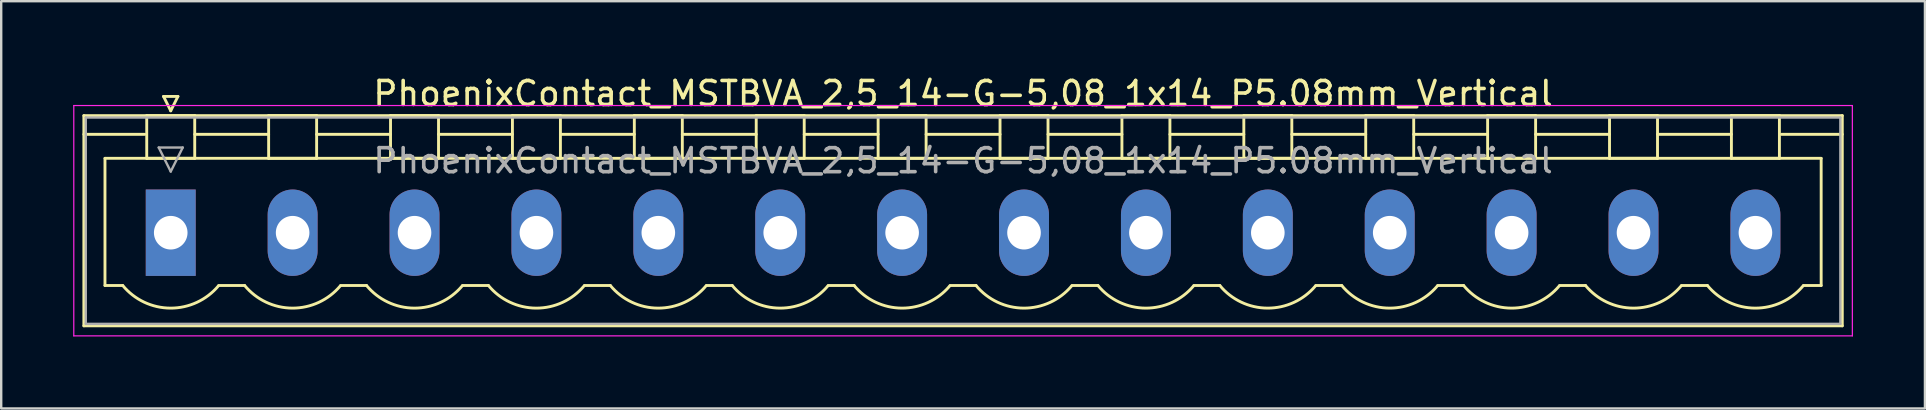
<source format=kicad_pcb>
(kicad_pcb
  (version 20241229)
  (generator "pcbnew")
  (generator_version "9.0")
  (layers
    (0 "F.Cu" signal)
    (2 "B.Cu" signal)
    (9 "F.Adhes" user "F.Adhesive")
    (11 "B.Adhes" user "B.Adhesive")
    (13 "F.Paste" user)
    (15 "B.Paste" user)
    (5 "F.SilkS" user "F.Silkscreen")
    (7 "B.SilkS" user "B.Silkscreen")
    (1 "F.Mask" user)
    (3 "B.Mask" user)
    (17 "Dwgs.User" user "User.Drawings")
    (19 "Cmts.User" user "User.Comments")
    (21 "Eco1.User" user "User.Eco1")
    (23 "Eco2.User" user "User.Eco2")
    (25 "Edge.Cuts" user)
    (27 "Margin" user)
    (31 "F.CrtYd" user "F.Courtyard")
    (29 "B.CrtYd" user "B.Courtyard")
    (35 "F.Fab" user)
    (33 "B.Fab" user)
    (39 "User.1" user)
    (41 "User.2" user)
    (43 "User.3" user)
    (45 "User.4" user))
  (footprint "PhoenixContact_MSTBVA_2,5_14-G-5,08_1x14_P5.08mm_Vertical"
    (layer "F.Cu")
    (at 4.065 6.648)
    (property "Reference" "PhoenixContact_MSTBVA_2,5_14-G-5,08_1x14_P5.08mm_Vertical" (at 33.02 -5.8 0) (layer "F.SilkS") (effects (font (size 1 1) (thickness 0.15))))
    (attr through_hole)
    (fp_line (start -3.62 -4.88) (end -3.62 3.88) (stroke (width 0.12) (type solid)) (layer "F.SilkS"))
    (fp_line (start -3.62 -4.1) (end -1.08 -4.1) (stroke (width 0.12) (type solid)) (layer "F.SilkS"))
    (fp_line (start -3.62 3.88) (end 69.66 3.88) (stroke (width 0.12) (type solid)) (layer "F.SilkS"))
    (fp_line (start -2.74 -3.1) (end 68.78 -3.1) (stroke (width 0.12) (type solid)) (layer "F.SilkS"))
    (fp_line (start -2.74 2.2) (end -2.74 -3.1) (stroke (width 0.12) (type solid)) (layer "F.SilkS"))
    (fp_line (start -2 2.2) (end -2.74 2.2) (stroke (width 0.12) (type solid)) (layer "F.SilkS"))
    (fp_line (start -1 -4.88) (end 1 -4.88) (stroke (width 0.12) (type solid)) (layer "F.SilkS"))
    (fp_line (start -1 -3.1) (end -1 -4.88) (stroke (width 0.12) (type solid)) (layer "F.SilkS"))
    (fp_line (start -0.3 -5.68) (end 0.3 -5.68) (stroke (width 0.12) (type solid)) (layer "F.SilkS"))
    (fp_line (start 0 -5.08) (end -0.3 -5.68) (stroke (width 0.12) (type solid)) (layer "F.SilkS"))
    (fp_line (start 0.3 -5.68) (end 0 -5.08) (stroke (width 0.12) (type solid)) (layer "F.SilkS"))
    (fp_line (start 1 -4.88) (end 1 -3.1) (stroke (width 0.12) (type solid)) (layer "F.SilkS"))
    (fp_line (start 1 -4.1) (end 4.08 -4.1) (stroke (width 0.12) (type solid)) (layer "F.SilkS"))
    (fp_line (start 1 -3.1) (end -1 -3.1) (stroke (width 0.12) (type solid)) (layer "F.SilkS"))
    (fp_line (start 2 2.2) (end 3.08 2.2) (stroke (width 0.12) (type solid)) (layer "F.SilkS"))
    (fp_line (start 4.08 -4.88) (end 6.08 -4.88) (stroke (width 0.12) (type solid)) (layer "F.SilkS"))
    (fp_line (start 4.08 -3.1) (end 4.08 -4.88) (stroke (width 0.12) (type solid)) (layer "F.SilkS"))
    (fp_line (start 6.08 -4.88) (end 6.08 -3.1) (stroke (width 0.12) (type solid)) (layer "F.SilkS"))
    (fp_line (start 6.08 -4.1) (end 9.16 -4.1) (stroke (width 0.12) (type solid)) (layer "F.SilkS"))
    (fp_line (start 6.08 -3.1) (end 4.08 -3.1) (stroke (width 0.12) (type solid)) (layer "F.SilkS"))
    (fp_line (start 7.08 2.2) (end 8.16 2.2) (stroke (width 0.12) (type solid)) (layer "F.SilkS"))
    (fp_line (start 9.16 -4.88) (end 11.16 -4.88) (stroke (width 0.12) (type solid)) (layer "F.SilkS"))
    (fp_line (start 9.16 -3.1) (end 9.16 -4.88) (stroke (width 0.12) (type solid)) (layer "F.SilkS"))
    (fp_line (start 11.16 -4.88) (end 11.16 -3.1) (stroke (width 0.12) (type solid)) (layer "F.SilkS"))
    (fp_line (start 11.16 -4.1) (end 14.24 -4.1) (stroke (width 0.12) (type solid)) (layer "F.SilkS"))
    (fp_line (start 11.16 -3.1) (end 9.16 -3.1) (stroke (width 0.12) (type solid)) (layer "F.SilkS"))
    (fp_line (start 12.16 2.2) (end 13.24 2.2) (stroke (width 0.12) (type solid)) (layer "F.SilkS"))
    (fp_line (start 14.24 -4.88) (end 16.24 -4.88) (stroke (width 0.12) (type solid)) (layer "F.SilkS"))
    (fp_line (start 14.24 -3.1) (end 14.24 -4.88) (stroke (width 0.12) (type solid)) (layer "F.SilkS"))
    (fp_line (start 16.24 -4.88) (end 16.24 -3.1) (stroke (width 0.12) (type solid)) (layer "F.SilkS"))
    (fp_line (start 16.24 -4.1) (end 19.32 -4.1) (stroke (width 0.12) (type solid)) (layer "F.SilkS"))
    (fp_line (start 16.24 -3.1) (end 14.24 -3.1) (stroke (width 0.12) (type solid)) (layer "F.SilkS"))
    (fp_line (start 17.24 2.2) (end 18.32 2.2) (stroke (width 0.12) (type solid)) (layer "F.SilkS"))
    (fp_line (start 19.32 -4.88) (end 21.32 -4.88) (stroke (width 0.12) (type solid)) (layer "F.SilkS"))
    (fp_line (start 19.32 -3.1) (end 19.32 -4.88) (stroke (width 0.12) (type solid)) (layer "F.SilkS"))
    (fp_line (start 21.32 -4.88) (end 21.32 -3.1) (stroke (width 0.12) (type solid)) (layer "F.SilkS"))
    (fp_line (start 21.32 -4.1) (end 24.4 -4.1) (stroke (width 0.12) (type solid)) (layer "F.SilkS"))
    (fp_line (start 21.32 -3.1) (end 19.32 -3.1) (stroke (width 0.12) (type solid)) (layer "F.SilkS"))
    (fp_line (start 22.32 2.2) (end 23.4 2.2) (stroke (width 0.12) (type solid)) (layer "F.SilkS"))
    (fp_line (start 24.4 -4.88) (end 26.4 -4.88) (stroke (width 0.12) (type solid)) (layer "F.SilkS"))
    (fp_line (start 24.4 -3.1) (end 24.4 -4.88) (stroke (width 0.12) (type solid)) (layer "F.SilkS"))
    (fp_line (start 26.4 -4.88) (end 26.4 -3.1) (stroke (width 0.12) (type solid)) (layer "F.SilkS"))
    (fp_line (start 26.4 -4.1) (end 29.48 -4.1) (stroke (width 0.12) (type solid)) (layer "F.SilkS"))
    (fp_line (start 26.4 -3.1) (end 24.4 -3.1) (stroke (width 0.12) (type solid)) (layer "F.SilkS"))
    (fp_line (start 27.4 2.2) (end 28.48 2.2) (stroke (width 0.12) (type solid)) (layer "F.SilkS"))
    (fp_line (start 29.48 -4.88) (end 31.48 -4.88) (stroke (width 0.12) (type solid)) (layer "F.SilkS"))
    (fp_line (start 29.48 -3.1) (end 29.48 -4.88) (stroke (width 0.12) (type solid)) (layer "F.SilkS"))
    (fp_line (start 31.48 -4.88) (end 31.48 -3.1) (stroke (width 0.12) (type solid)) (layer "F.SilkS"))
    (fp_line (start 31.48 -4.1) (end 34.56 -4.1) (stroke (width 0.12) (type solid)) (layer "F.SilkS"))
    (fp_line (start 31.48 -3.1) (end 29.48 -3.1) (stroke (width 0.12) (type solid)) (layer "F.SilkS"))
    (fp_line (start 32.48 2.2) (end 33.56 2.2) (stroke (width 0.12) (type solid)) (layer "F.SilkS"))
    (fp_line (start 34.56 -4.88) (end 36.56 -4.88) (stroke (width 0.12) (type solid)) (layer "F.SilkS"))
    (fp_line (start 34.56 -3.1) (end 34.56 -4.88) (stroke (width 0.12) (type solid)) (layer "F.SilkS"))
    (fp_line (start 36.56 -4.88) (end 36.56 -3.1) (stroke (width 0.12) (type solid)) (layer "F.SilkS"))
    (fp_line (start 36.56 -4.1) (end 39.64 -4.1) (stroke (width 0.12) (type solid)) (layer "F.SilkS"))
    (fp_line (start 36.56 -3.1) (end 34.56 -3.1) (stroke (width 0.12) (type solid)) (layer "F.SilkS"))
    (fp_line (start 37.56 2.2) (end 38.64 2.2) (stroke (width 0.12) (type solid)) (layer "F.SilkS"))
    (fp_line (start 39.64 -4.88) (end 41.64 -4.88) (stroke (width 0.12) (type solid)) (layer "F.SilkS"))
    (fp_line (start 39.64 -3.1) (end 39.64 -4.88) (stroke (width 0.12) (type solid)) (layer "F.SilkS"))
    (fp_line (start 41.64 -4.88) (end 41.64 -3.1) (stroke (width 0.12) (type solid)) (layer "F.SilkS"))
    (fp_line (start 41.64 -4.1) (end 44.72 -4.1) (stroke (width 0.12) (type solid)) (layer "F.SilkS"))
    (fp_line (start 41.64 -3.1) (end 39.64 -3.1) (stroke (width 0.12) (type solid)) (layer "F.SilkS"))
    (fp_line (start 42.64 2.2) (end 43.72 2.2) (stroke (width 0.12) (type solid)) (layer "F.SilkS"))
    (fp_line (start 44.72 -4.88) (end 46.72 -4.88) (stroke (width 0.12) (type solid)) (layer "F.SilkS"))
    (fp_line (start 44.72 -3.1) (end 44.72 -4.88) (stroke (width 0.12) (type solid)) (layer "F.SilkS"))
    (fp_line (start 46.72 -4.88) (end 46.72 -3.1) (stroke (width 0.12) (type solid)) (layer "F.SilkS"))
    (fp_line (start 46.72 -4.1) (end 49.8 -4.1) (stroke (width 0.12) (type solid)) (layer "F.SilkS"))
    (fp_line (start 46.72 -3.1) (end 44.72 -3.1) (stroke (width 0.12) (type solid)) (layer "F.SilkS"))
    (fp_line (start 47.72 2.2) (end 48.8 2.2) (stroke (width 0.12) (type solid)) (layer "F.SilkS"))
    (fp_line (start 49.8 -4.88) (end 51.8 -4.88) (stroke (width 0.12) (type solid)) (layer "F.SilkS"))
    (fp_line (start 49.8 -3.1) (end 49.8 -4.88) (stroke (width 0.12) (type solid)) (layer "F.SilkS"))
    (fp_line (start 51.8 -4.88) (end 51.8 -3.1) (stroke (width 0.12) (type solid)) (layer "F.SilkS"))
    (fp_line (start 51.8 -4.1) (end 54.88 -4.1) (stroke (width 0.12) (type solid)) (layer "F.SilkS"))
    (fp_line (start 51.8 -3.1) (end 49.8 -3.1) (stroke (width 0.12) (type solid)) (layer "F.SilkS"))
    (fp_line (start 52.8 2.2) (end 53.88 2.2) (stroke (width 0.12) (type solid)) (layer "F.SilkS"))
    (fp_line (start 54.88 -4.88) (end 56.88 -4.88) (stroke (width 0.12) (type solid)) (layer "F.SilkS"))
    (fp_line (start 54.88 -3.1) (end 54.88 -4.88) (stroke (width 0.12) (type solid)) (layer "F.SilkS"))
    (fp_line (start 56.88 -4.88) (end 56.88 -3.1) (stroke (width 0.12) (type solid)) (layer "F.SilkS"))
    (fp_line (start 56.88 -4.1) (end 59.96 -4.1) (stroke (width 0.12) (type solid)) (layer "F.SilkS"))
    (fp_line (start 56.88 -3.1) (end 54.88 -3.1) (stroke (width 0.12) (type solid)) (layer "F.SilkS"))
    (fp_line (start 57.88 2.2) (end 58.96 2.2) (stroke (width 0.12) (type solid)) (layer "F.SilkS"))
    (fp_line (start 59.96 -4.88) (end 61.96 -4.88) (stroke (width 0.12) (type solid)) (layer "F.SilkS"))
    (fp_line (start 59.96 -3.1) (end 59.96 -4.88) (stroke (width 0.12) (type solid)) (layer "F.SilkS"))
    (fp_line (start 61.96 -4.88) (end 61.96 -3.1) (stroke (width 0.12) (type solid)) (layer "F.SilkS"))
    (fp_line (start 61.96 -4.1) (end 65.04 -4.1) (stroke (width 0.12) (type solid)) (layer "F.SilkS"))
    (fp_line (start 61.96 -3.1) (end 59.96 -3.1) (stroke (width 0.12) (type solid)) (layer "F.SilkS"))
    (fp_line (start 62.96 2.2) (end 64.04 2.2) (stroke (width 0.12) (type solid)) (layer "F.SilkS"))
    (fp_line (start 65.04 -4.88) (end 67.04 -4.88) (stroke (width 0.12) (type solid)) (layer "F.SilkS"))
    (fp_line (start 65.04 -3.1) (end 65.04 -4.88) (stroke (width 0.12) (type solid)) (layer "F.SilkS"))
    (fp_line (start 67.04 -4.88) (end 67.04 -3.1) (stroke (width 0.12) (type solid)) (layer "F.SilkS"))
    (fp_line (start 67.04 -3.1) (end 65.04 -3.1) (stroke (width 0.12) (type solid)) (layer "F.SilkS"))
    (fp_line (start 68.78 -3.1) (end 68.78 2.2) (stroke (width 0.12) (type solid)) (layer "F.SilkS"))
    (fp_line (start 68.78 2.2) (end 68.04 2.2) (stroke (width 0.12) (type solid)) (layer "F.SilkS"))
    (fp_line (start 69.66 -4.88) (end -3.62 -4.88) (stroke (width 0.12) (type solid)) (layer "F.SilkS"))
    (fp_line (start 69.66 -4.1) (end 67.12 -4.1) (stroke (width 0.12) (type solid)) (layer "F.SilkS"))
    (fp_line (start 69.66 3.88) (end 69.66 -4.88) (stroke (width 0.12) (type solid)) (layer "F.SilkS"))
    (fp_arc (start 1.986842 2.215821) (mid -0.010289 3.142758) (end -2 2.2) (stroke (width 0.12) (type solid)) (layer "F.SilkS"))
    (fp_arc (start 7.066842 2.215821) (mid 5.069711 3.142758) (end 3.08 2.2) (stroke (width 0.12) (type solid)) (layer "F.SilkS"))
    (fp_arc (start 12.146842 2.215821) (mid 10.149711 3.142758) (end 8.16 2.2) (stroke (width 0.12) (type solid)) (layer "F.SilkS"))
    (fp_arc (start 17.226842 2.215821) (mid 15.229711 3.142758) (end 13.24 2.2) (stroke (width 0.12) (type solid)) (layer "F.SilkS"))
    (fp_arc (start 22.306842 2.215821) (mid 20.309711 3.142758) (end 18.32 2.2) (stroke (width 0.12) (type solid)) (layer "F.SilkS"))
    (fp_arc (start 27.386842 2.215821) (mid 25.389711 3.142758) (end 23.4 2.2) (stroke (width 0.12) (type solid)) (layer "F.SilkS"))
    (fp_arc (start 32.466842 2.215821) (mid 30.469711 3.142758) (end 28.48 2.2) (stroke (width 0.12) (type solid)) (layer "F.SilkS"))
    (fp_arc (start 37.546842 2.215821) (mid 35.549711 3.142758) (end 33.56 2.2) (stroke (width 0.12) (type solid)) (layer "F.SilkS"))
    (fp_arc (start 42.626842 2.215821) (mid 40.629711 3.142758) (end 38.64 2.2) (stroke (width 0.12) (type solid)) (layer "F.SilkS"))
    (fp_arc (start 47.706842 2.215821) (mid 45.709711 3.142758) (end 43.72 2.2) (stroke (width 0.12) (type solid)) (layer "F.SilkS"))
    (fp_arc (start 52.786842 2.215821) (mid 50.789711 3.142758) (end 48.8 2.2) (stroke (width 0.12) (type solid)) (layer "F.SilkS"))
    (fp_arc (start 57.866842 2.215821) (mid 55.869711 3.142758) (end 53.88 2.2) (stroke (width 0.12) (type solid)) (layer "F.SilkS"))
    (fp_arc (start 62.946842 2.215821) (mid 60.949711 3.142758) (end 58.96 2.2) (stroke (width 0.12) (type solid)) (layer "F.SilkS"))
    (fp_arc (start 68.026842 2.215821) (mid 66.029711 3.142758) (end 64.04 2.2) (stroke (width 0.12) (type solid)) (layer "F.SilkS"))
    (fp_line (start -4.04 -5.3) (end -4.04 4.3) (stroke (width 0.05) (type solid)) (layer "F.CrtYd"))
    (fp_line (start -4.04 4.3) (end 70.08 4.3) (stroke (width 0.05) (type solid)) (layer "F.CrtYd"))
    (fp_line (start 70.08 -5.3) (end -4.04 -5.3) (stroke (width 0.05) (type solid)) (layer "F.CrtYd"))
    (fp_line (start 70.08 4.3) (end 70.08 -5.3) (stroke (width 0.05) (type solid)) (layer "F.CrtYd"))
    (fp_line (start -3.54 -4.8) (end -3.54 3.8) (stroke (width 0.1) (type solid)) (layer "F.Fab"))
    (fp_line (start -3.54 3.8) (end 69.58 3.8) (stroke (width 0.1) (type solid)) (layer "F.Fab"))
    (fp_line (start -0.5 -3.55) (end 0.5 -3.55) (stroke (width 0.1) (type solid)) (layer "F.Fab"))
    (fp_line (start 0 -2.55) (end -0.5 -3.55) (stroke (width 0.1) (type solid)) (layer "F.Fab"))
    (fp_line (start 0.5 -3.55) (end 0 -2.55) (stroke (width 0.1) (type solid)) (layer "F.Fab"))
    (fp_line (start 69.58 -4.8) (end -3.54 -4.8) (stroke (width 0.1) (type solid)) (layer "F.Fab"))
    (fp_line (start 69.58 3.8) (end 69.58 -4.8) (stroke (width 0.1) (type solid)) (layer "F.Fab"))
    (fp_text user "${REFERENCE}" (at 33.02 -3 0) (layer "F.Fab") (effects (font (size 1 1) (thickness 0.15))))
    (pad "1" thru_hole rect (at 0 0) (size 2.08 3.6) (drill 1.4) (layers "*.Cu" "*.Mask"))
    (pad "2" thru_hole oval (at 5.08 0) (size 2.08 3.6) (drill 1.4) (layers "*.Cu" "*.Mask"))
    (pad "3" thru_hole oval (at 10.16 0) (size 2.08 3.6) (drill 1.4) (layers "*.Cu" "*.Mask"))
    (pad "4" thru_hole oval (at 15.24 0) (size 2.08 3.6) (drill 1.4) (layers "*.Cu" "*.Mask"))
    (pad "5" thru_hole oval (at 20.32 0) (size 2.08 3.6) (drill 1.4) (layers "*.Cu" "*.Mask"))
    (pad "6" thru_hole oval (at 25.4 0) (size 2.08 3.6) (drill 1.4) (layers "*.Cu" "*.Mask"))
    (pad "7" thru_hole oval (at 30.48 0) (size 2.08 3.6) (drill 1.4) (layers "*.Cu" "*.Mask"))
    (pad "8" thru_hole oval (at 35.56 0) (size 2.08 3.6) (drill 1.4) (layers "*.Cu" "*.Mask"))
    (pad "9" thru_hole oval (at 40.64 0) (size 2.08 3.6) (drill 1.4) (layers "*.Cu" "*.Mask"))
    (pad "10" thru_hole oval (at 45.72 0) (size 2.08 3.6) (drill 1.4) (layers "*.Cu" "*.Mask"))
    (pad "11" thru_hole oval (at 50.8 0) (size 2.08 3.6) (drill 1.4) (layers "*.Cu" "*.Mask"))
    (pad "12" thru_hole oval (at 55.88 0) (size 2.08 3.6) (drill 1.4) (layers "*.Cu" "*.Mask"))
    (pad "13" thru_hole oval (at 60.96 0) (size 2.08 3.6) (drill 1.4) (layers "*.Cu" "*.Mask"))
    (pad "14" thru_hole oval (at 66.04 0) (size 2.08 3.6) (drill 1.4) (layers "*.Cu" "*.Mask")))
  (gr_rect
    (start -3 -3)
    (end 77.17 13.973)
    (stroke (width 0.1) (type default))
    (fill no)
    (layer "Edge.Cuts")))
</source>
